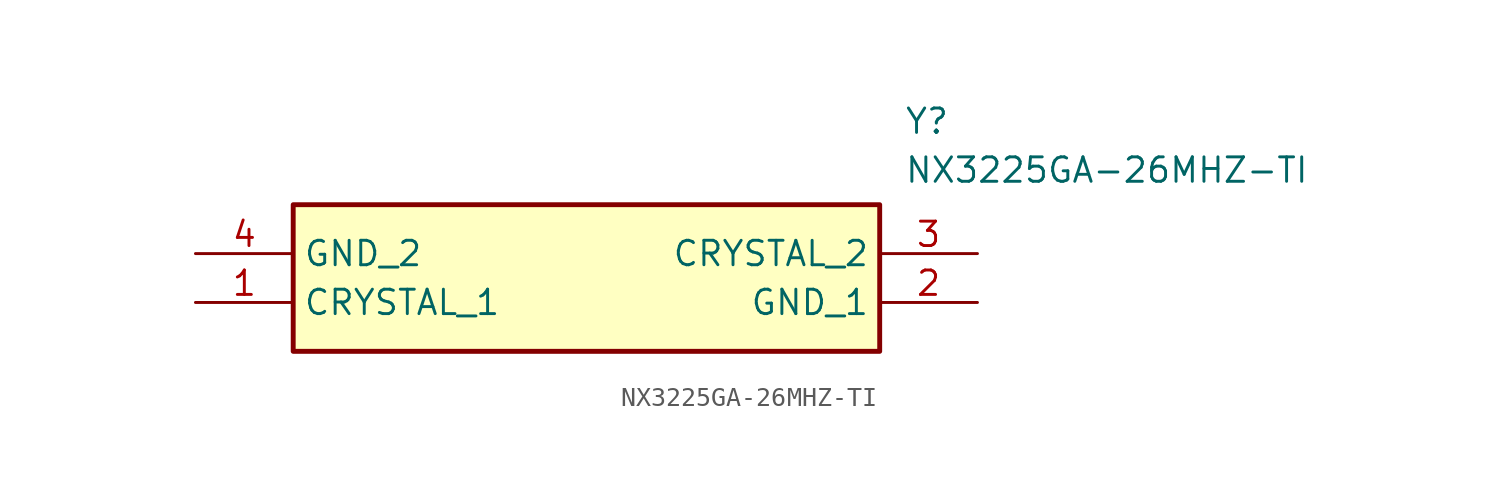
<source format=kicad_sym>
(kicad_symbol_lib
  (version 20211014)
  (generator SamacSys_ECAD_Model)
  (symbol "NX3225GA-26MHZ-TI"
    (property "Reference" "Y"
      (at 36.83 7.62 0)
      (effects (font (size 1.27 1.27)) (justify left top)))
    (property "Value" "NX3225GA-26MHZ-TI"
      (at 36.83 5.08 0)
      (effects (font (size 1.27 1.27)) (justify left top)))
    (rectangle
      (start 5.08 2.54)
      (end 35.56 -5.08)
      (stroke (width 0.254) (type default))
      (fill (type background)))
    (pin passive line
      (at 0 -2.54 0)
      (length 5.08)
      (name "CRYSTAL_1" (effects (font (size 1.27 1.27))))
      (number "1" (effects (font (size 1.27 1.27)))))
    (pin passive line
      (at 40.64 -2.54 180)
      (length 5.08)
      (name "GND_1" (effects (font (size 1.27 1.27))))
      (number "2" (effects (font (size 1.27 1.27)))))
    (pin passive line
      (at 40.64 0 180)
      (length 5.08)
      (name "CRYSTAL_2" (effects (font (size 1.27 1.27))))
      (number "3" (effects (font (size 1.27 1.27)))))
    (pin passive line
      (at 0 0 0)
      (length 5.08)
      (name "GND_2" (effects (font (size 1.27 1.27))))
      (number "4" (effects (font (size 1.27 1.27)))))))
</source>
